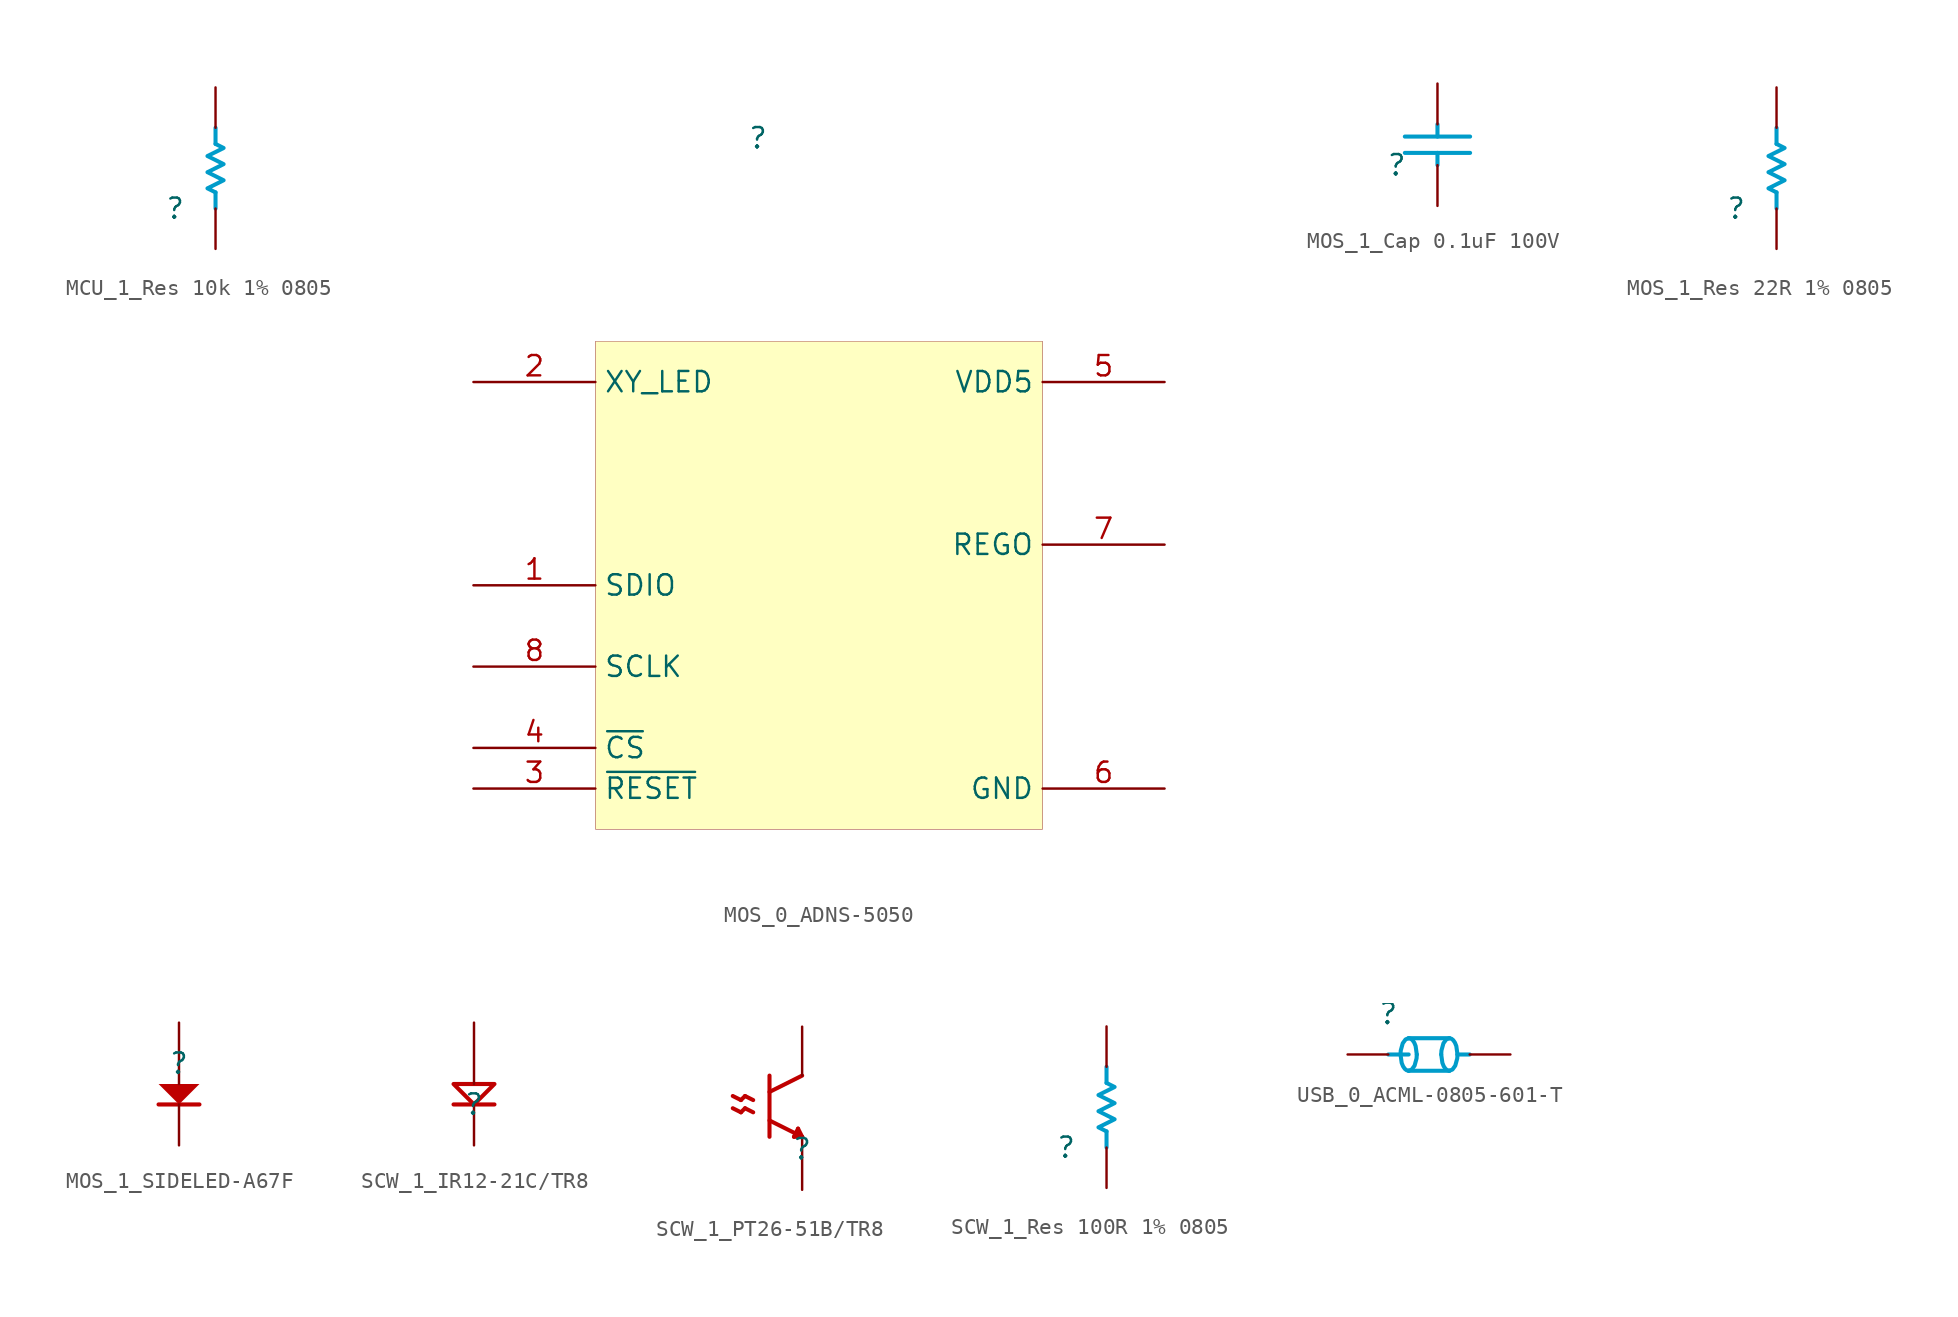
<source format=kicad_sym>
(kicad_symbol_lib
  (version 20231120)
  (generator "kicad_symbol_editor")
  (generator_version "8.0")
  (symbol "MCU_1_Res 10k 1% 0805"
    (property "Reference" ""
      (at 0 0 0)
      (effects (font (size 1.27 1.27))))
    (property "Value" ""
      (at 0 0 0)
      (effects (font (size 1.27 1.27))))
    (symbol "MCU_1_Res 10k 1% 0805_1_0"
      (polyline (pts (xy 2.54 0) (xy 2.54 1.016)) (stroke (width 0.254) (type solid) (color 0 156 202 1)) (fill (type none)))
      (polyline (pts (xy 2.54 4.064) (xy 2.54 5.08)) (stroke (width 0.254) (type solid) (color 0 156 202 1)) (fill (type none)))
      (polyline (pts (xy 2.54 1.016) (xy 2.032 1.27) (xy 3.048 1.778) (xy 2.032 2.286) (xy 3.048 2.794) (xy 2.032 3.302) (xy 3.048 3.81) (xy 2.54 4.064)) (stroke (width 0.254) (type solid) (color 0 156 202 1)) (fill (type none)))
      (pin passive line (at 2.54 -2.54 90) (length 2.54) (name "1" (effects (font (size 0 0)))) (number "1" (effects (font (size 0 0)))))
      (pin passive line (at 2.54 7.62 270) (length 2.54) (name "2" (effects (font (size 0 0)))) (number "2" (effects (font (size 0 0)))))))
  (symbol "MOS_0_ADNS-5050"
    (property "Reference" ""
      (at 0 0 0)
      (effects (font (size 1.27 1.27))))
    (property "Value" ""
      (at 0 0 0)
      (effects (font (size 1.27 1.27))))
    (symbol "MOS_0_ADNS-5050_1_0"
      (rectangle (start 17.78 -12.7) (end -10.16 -43.18) (stroke (width 0.025) (type solid) (color 128 0 0 1)) (fill (type background)))
      (pin bidirectional line (at -17.78 -27.94 0) (length 7.62) (name "SDIO" (effects (font (size 1.27 1.27)))) (number "1" (effects (font (size 1.27 1.27)))))
      (pin open_collector line (at -17.78 -15.24 0) (length 7.62) (name "XY_LED" (effects (font (size 1.27 1.27)))) (number "2" (effects (font (size 1.27 1.27)))))
      (pin input line (at -17.78 -40.64 0) (length 7.62) (name "~{RESET}" (effects (font (size 1.27 1.27)))) (number "3" (effects (font (size 1.27 1.27)))))
      (pin input line (at -17.78 -38.1 0) (length 7.62) (name "~{CS}" (effects (font (size 1.27 1.27)))) (number "4" (effects (font (size 1.27 1.27)))))
      (pin power_in line (at 25.4 -15.24 180) (length 7.62) (name "VDD5" (effects (font (size 1.27 1.27)))) (number "5" (effects (font (size 1.27 1.27)))))
      (pin passive line (at 25.4 -40.64 180) (length 7.62) (name "GND" (effects (font (size 1.27 1.27)))) (number "6" (effects (font (size 1.27 1.27)))))
      (pin power_in line (at 25.4 -25.4 180) (length 7.62) (name "REGO" (effects (font (size 1.27 1.27)))) (number "7" (effects (font (size 1.27 1.27)))))
      (pin input line (at -17.78 -33.02 0) (length 7.62) (name "SCLK" (effects (font (size 1.27 1.27)))) (number "8" (effects (font (size 1.27 1.27)))))))
  (symbol "MOS_1_Cap 0.1uF 100V"
    (property "Reference" ""
      (at 0 0 0)
      (effects (font (size 1.27 1.27))))
    (property "Value" ""
      (at 0 0 0)
      (effects (font (size 1.27 1.27))))
    (symbol "MOS_1_Cap 0.1uF 100V_1_0"
      (polyline (pts (xy 0.508 0.762) (xy 4.572 0.762)) (stroke (width 0.254) (type solid) (color 0 156 202 1)) (fill (type none)))
      (polyline (pts (xy 0.508 1.778) (xy 4.572 1.778)) (stroke (width 0.254) (type solid) (color 0 156 202 1)) (fill (type none)))
      (polyline (pts (xy 2.54 0) (xy 2.54 0.762)) (stroke (width 0.254) (type solid) (color 0 156 202 1)) (fill (type none)))
      (polyline (pts (xy 2.54 2.54) (xy 2.54 1.778)) (stroke (width 0.254) (type solid) (color 0 156 202 1)) (fill (type none)))
      (pin passive line (at 2.54 -2.54 90) (length 2.54) (name "1" (effects (font (size 0 0)))) (number "1" (effects (font (size 0 0)))))
      (pin passive line (at 2.54 5.08 270) (length 2.54) (name "2" (effects (font (size 0 0)))) (number "2" (effects (font (size 0 0)))))))
  (symbol "MOS_1_Res 22R 1% 0805"
    (property "Reference" ""
      (at 0 0 0)
      (effects (font (size 1.27 1.27))))
    (property "Value" ""
      (at 0 0 0)
      (effects (font (size 1.27 1.27))))
    (symbol "MOS_1_Res 22R 1% 0805_1_0"
      (polyline (pts (xy 2.54 0) (xy 2.54 1.016)) (stroke (width 0.254) (type solid) (color 0 156 202 1)) (fill (type none)))
      (polyline (pts (xy 2.54 4.064) (xy 2.54 5.08)) (stroke (width 0.254) (type solid) (color 0 156 202 1)) (fill (type none)))
      (polyline (pts (xy 2.54 1.016) (xy 2.032 1.27) (xy 3.048 1.778) (xy 2.032 2.286) (xy 3.048 2.794) (xy 2.032 3.302) (xy 3.048 3.81) (xy 2.54 4.064)) (stroke (width 0.254) (type solid) (color 0 156 202 1)) (fill (type none)))
      (pin passive line (at 2.54 -2.54 90) (length 2.54) (name "1" (effects (font (size 0 0)))) (number "1" (effects (font (size 0 0)))))
      (pin passive line (at 2.54 7.62 270) (length 2.54) (name "2" (effects (font (size 0 0)))) (number "2" (effects (font (size 0 0)))))))
  (symbol "MOS_1_SIDELED-A67F"
    (property "Reference" ""
      (at 0 0 0)
      (effects (font (size 1.27 1.27))))
    (property "Value" ""
      (at 0 0 0)
      (effects (font (size 1.27 1.27))))
    (symbol "MOS_1_SIDELED-A67F_1_0"
      (polyline (pts (xy -1.27 -2.54) (xy 1.27 -2.54)) (stroke (width 0.254) (type solid) (color 191 0 0 1)) (fill (type none)))
      (polyline (pts (xy -1.27 -1.27) (xy 1.27 -1.27) (xy 0 -2.54) (xy -1.27 -1.27)) (stroke (width -0.0001) (type solid) (color 191 0 0 1)) (fill (type outline)))
      (pin passive line (at 0 2.54 270) (length 3.81) (name "A" (effects (font (size 0 0)))) (number "A" (effects (font (size 0 0)))))
      (pin passive line (at 0 -5.08 90) (length 2.54) (name "C" (effects (font (size 0 0)))) (number "C" (effects (font (size 0 0)))))))
  (symbol "SCW_1_IR12-21C/TR8"
    (property "Reference" ""
      (at 0 0 0)
      (effects (font (size 1.27 1.27))))
    (property "Value" ""
      (at 0 0 0)
      (effects (font (size 1.27 1.27))))
    (symbol "SCW_1_IR12-21C/TR8_1_0"
      (polyline (pts (xy -1.27 0) (xy 1.27 0)) (stroke (width 0.254) (type solid) (color 191 0 0 1)) (fill (type none)))
      (polyline (pts (xy -1.27 1.27) (xy 1.27 1.27) (xy 0 0) (xy -1.27 1.27)) (stroke (width 0.254) (type solid) (color 191 0 0 1)) (fill (type color) (color 255 255 255 1)))
      (pin passive line (at 0 5.08 270) (length 3.81) (name "A" (effects (font (size 0 0)))) (number "A" (effects (font (size 0 0)))))
      (pin passive line (at 0 -2.54 90) (length 2.54) (name "C" (effects (font (size 0 0)))) (number "C" (effects (font (size 0 0)))))))
  (symbol "SCW_1_PT26-51B/TR8"
    (property "Reference" ""
      (at 0 0 0)
      (effects (font (size 1.27 1.27))))
    (property "Value" ""
      (at 0 0 0)
      (effects (font (size 1.27 1.27))))
    (symbol "SCW_1_PT26-51B/TR8_1_0"
      (polyline (pts (xy -4.318 2.54) (xy -3.81 2.286)) (stroke (width 0.254) (type solid) (color 191 0 0 1)) (fill (type none)))
      (polyline (pts (xy -4.318 3.302) (xy -3.81 3.048)) (stroke (width 0.254) (type solid) (color 191 0 0 1)) (fill (type none)))
      (polyline (pts (xy -3.81 2.286) (xy -3.556 2.54)) (stroke (width 0.254) (type solid) (color 191 0 0 1)) (fill (type none)))
      (polyline (pts (xy -3.81 3.048) (xy -3.556 3.302)) (stroke (width 0.254) (type solid) (color 191 0 0 1)) (fill (type none)))
      (polyline (pts (xy -3.556 2.54) (xy -3.048 2.286)) (stroke (width 0.254) (type solid) (color 191 0 0 1)) (fill (type none)))
      (polyline (pts (xy -3.556 3.302) (xy -3.048 3.048)) (stroke (width 0.254) (type solid) (color 191 0 0 1)) (fill (type none)))
      (polyline (pts (xy -2.032 0.762) (xy -2.032 4.572)) (stroke (width 0.254) (type solid) (color 191 0 0 1)) (fill (type none)))
      (polyline (pts (xy -0.254 1.27) (xy -0.508 0.762)) (stroke (width 0.254) (type solid) (color 191 0 0 1)) (fill (type none)))
      (polyline (pts (xy -0.254 1.27) (xy 0 0.762)) (stroke (width 0.254) (type solid) (color 191 0 0 1)) (fill (type none)))
      (polyline (pts (xy 0 0.762) (xy -2.032 1.778)) (stroke (width 0.254) (type solid) (color 191 0 0 1)) (fill (type none)))
      (polyline (pts (xy 0 0.762) (xy -0.508 0.762)) (stroke (width 0.254) (type solid) (color 191 0 0 1)) (fill (type none)))
      (polyline (pts (xy 0 4.572) (xy -2.032 3.556)) (stroke (width 0.254) (type solid) (color 191 0 0 1)) (fill (type none)))
      (pin passive line (at 0 7.62 270) (length 3.048) (name "C" (effects (font (size 0 0)))) (number "C" (effects (font (size 0 0)))))
      (pin open_emitter line (at 0 -2.54 90) (length 3.175) (name "E" (effects (font (size 0 0)))) (number "E" (effects (font (size 0 0)))))))
  (symbol "SCW_1_Res 100R 1% 0805"
    (property "Reference" ""
      (at 0 0 0)
      (effects (font (size 1.27 1.27))))
    (property "Value" ""
      (at 0 0 0)
      (effects (font (size 1.27 1.27))))
    (symbol "SCW_1_Res 100R 1% 0805_1_0"
      (polyline (pts (xy 2.54 0) (xy 2.54 1.016)) (stroke (width 0.254) (type solid) (color 0 156 202 1)) (fill (type none)))
      (polyline (pts (xy 2.54 4.064) (xy 2.54 5.08)) (stroke (width 0.254) (type solid) (color 0 156 202 1)) (fill (type none)))
      (polyline (pts (xy 2.54 1.016) (xy 2.032 1.27) (xy 3.048 1.778) (xy 2.032 2.286) (xy 3.048 2.794) (xy 2.032 3.302) (xy 3.048 3.81) (xy 2.54 4.064)) (stroke (width 0.254) (type solid) (color 0 156 202 1)) (fill (type none)))
      (pin passive line (at 2.54 -2.54 90) (length 2.54) (name "1" (effects (font (size 0 0)))) (number "1" (effects (font (size 0 0)))))
      (pin passive line (at 2.54 7.62 270) (length 2.54) (name "2" (effects (font (size 0 0)))) (number "2" (effects (font (size 0 0)))))))
  (symbol "USB_0_ACML-0805-601-T"
    (property "Reference" ""
      (at 0 0 0)
      (effects (font (size 1.27 1.27))))
    (property "Value" ""
      (at 0 0 0)
      (effects (font (size 1.27 1.27))))
    (symbol "USB_0_ACML-0805-601-T_1_0"
      (polyline (pts (xy 0 -2.54) (xy 1.27 -2.54)) (stroke (width 0.254) (type solid) (color 0 156 202 1)) (fill (type none)))
      (polyline (pts (xy 1.27 -1.524) (xy 3.81 -1.524)) (stroke (width 0.254) (type solid) (color 0 156 202 1)) (fill (type none)))
      (polyline (pts (xy 3.81 -3.556) (xy 1.27 -3.556)) (stroke (width 0.254) (type solid) (color 0 156 202 1)) (fill (type none)))
      (polyline (pts (xy 4.318 -2.54) (xy 5.08 -2.54)) (stroke (width 0.254) (type solid) (color 0 156 202 1)) (fill (type none)))
      (bezier (pts (xy 0.762 -2.54) (xy 0.762 -3.101) (xy 0.989 -3.556) (xy 1.27 -3.556)) (stroke (width 0.254) (type solid) (color 0 156 202 1)) (fill (type none)))
      (bezier (pts (xy 1.27 -3.556) (xy 1.55 -3.556) (xy 1.778 -3.101) (xy 1.778 -2.54)) (stroke (width 0.254) (type solid) (color 0 156 202 1)) (fill (type none)))
      (bezier (pts (xy 1.27 -1.524) (xy 0.989 -1.524) (xy 0.762 -1.979) (xy 0.762 -2.54)) (stroke (width 0.254) (type solid) (color 0 156 202 1)) (fill (type none)))
      (bezier (pts (xy 1.778 -2.54) (xy 1.778 -1.979) (xy 1.55 -1.524) (xy 1.27 -1.524)) (stroke (width 0.254) (type solid) (color 0 156 202 1)) (fill (type none)))
      (bezier (pts (xy 3.302 -2.54) (xy 3.302 -3.101) (xy 3.529 -3.556) (xy 3.81 -3.556)) (stroke (width 0.254) (type solid) (color 0 156 202 1)) (fill (type none)))
      (bezier (pts (xy 3.81 -3.556) (xy 4.09 -3.556) (xy 4.318 -3.101) (xy 4.318 -2.54)) (stroke (width 0.254) (type solid) (color 0 156 202 1)) (fill (type none)))
      (bezier (pts (xy 3.81 -1.524) (xy 3.529 -1.524) (xy 3.302 -1.979) (xy 3.302 -2.54)) (stroke (width 0.254) (type solid) (color 0 156 202 1)) (fill (type none)))
      (bezier (pts (xy 4.318 -2.54) (xy 4.318 -1.979) (xy 4.09 -1.524) (xy 3.81 -1.524)) (stroke (width 0.254) (type solid) (color 0 156 202 1)) (fill (type none)))
      (pin passive line (at -2.54 -2.54 0) (length 2.54) (name "1" (effects (font (size 0 0)))) (number "1" (effects (font (size 0 0)))))
      (pin passive line (at 7.62 -2.54 180) (length 2.54) (name "2" (effects (font (size 0 0)))) (number "2" (effects (font (size 0 0))))))))
</source>
